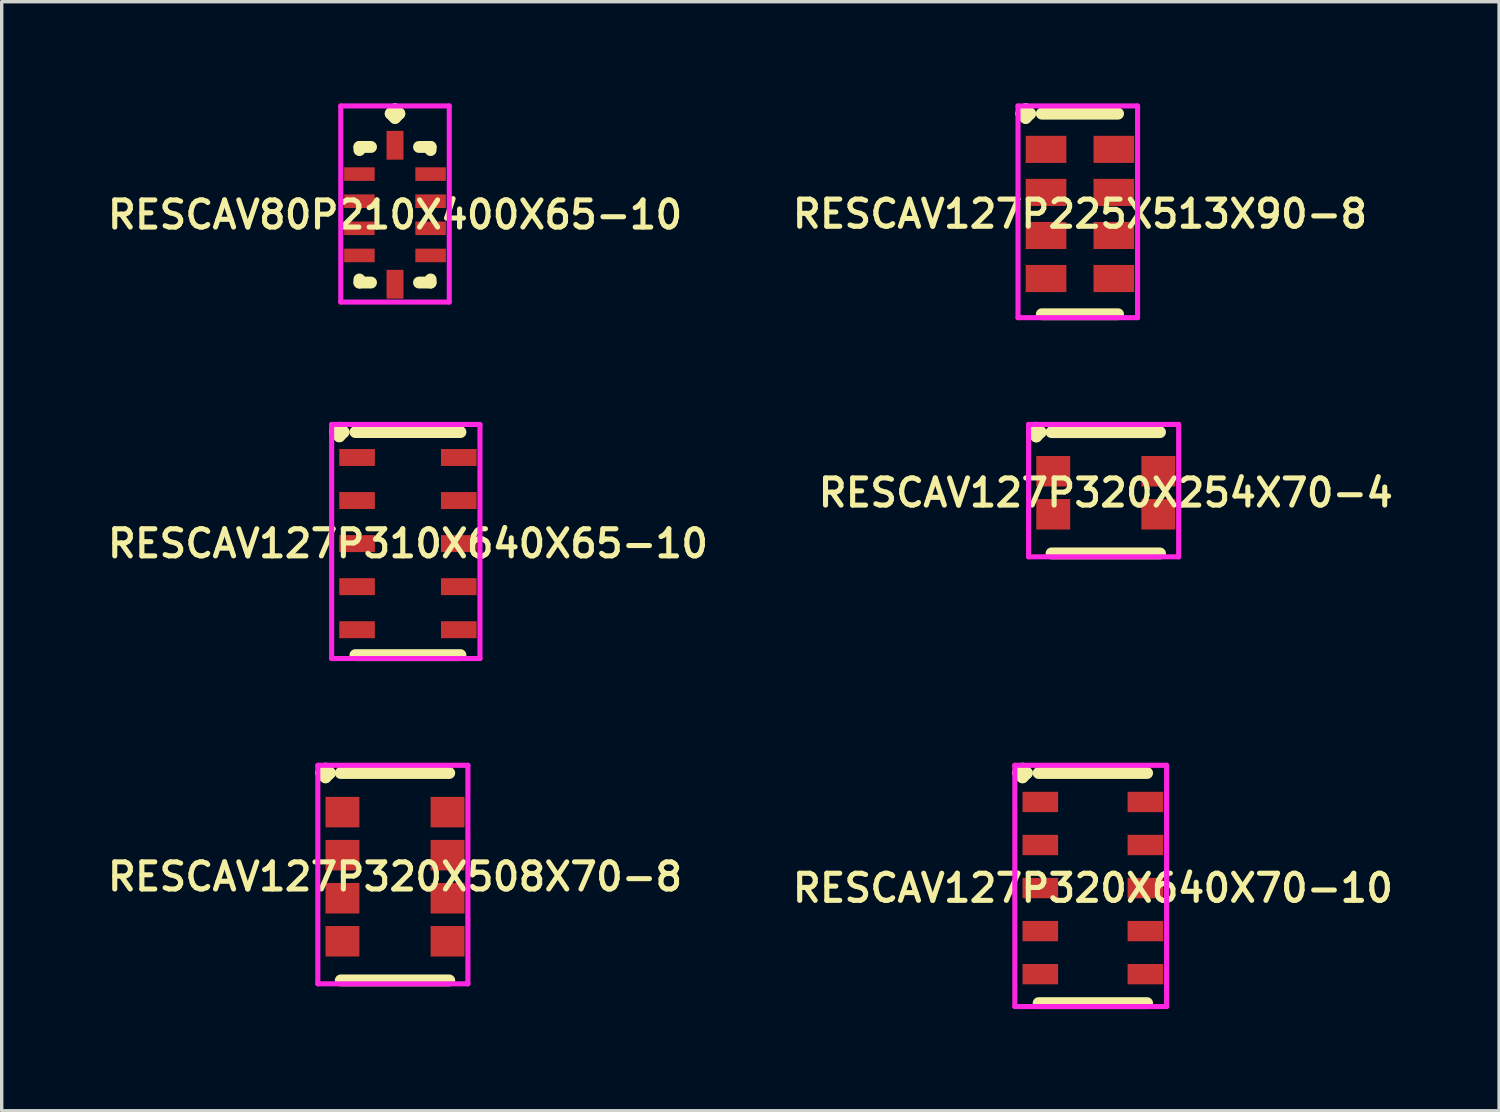
<source format=kicad_pcb>
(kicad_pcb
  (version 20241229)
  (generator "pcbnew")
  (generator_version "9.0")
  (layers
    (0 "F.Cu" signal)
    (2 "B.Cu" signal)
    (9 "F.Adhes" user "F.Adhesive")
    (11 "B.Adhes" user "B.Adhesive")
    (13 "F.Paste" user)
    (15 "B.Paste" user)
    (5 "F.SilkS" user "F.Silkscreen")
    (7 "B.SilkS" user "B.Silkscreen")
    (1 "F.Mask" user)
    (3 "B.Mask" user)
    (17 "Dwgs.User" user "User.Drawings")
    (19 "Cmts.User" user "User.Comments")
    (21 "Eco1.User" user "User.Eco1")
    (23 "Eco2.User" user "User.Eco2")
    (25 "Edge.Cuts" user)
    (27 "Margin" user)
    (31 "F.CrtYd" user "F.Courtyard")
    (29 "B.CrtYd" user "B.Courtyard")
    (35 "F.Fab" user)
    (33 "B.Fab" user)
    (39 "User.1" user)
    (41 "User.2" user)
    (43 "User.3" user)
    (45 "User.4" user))
  (footprint "RESCAV80P210X400X65-10"
    (layer "F.Cu")
    (at 8.602 3.285)
    (property "Reference" "RESCAV80P210X400X65-10" (at 0 0 0) (layer "F.SilkS") (effects (font (size 0.8 0.8) (thickness 0.15))))
    (attr smd)
    (fp_line (start -1.05 -2) (end -0.708 -2) (stroke (width 0.35) (type solid)) (layer "F.SilkS"))
    (fp_line (start -1.05 -1.908) (end -1.05 -2) (stroke (width 0.35) (type solid)) (layer "F.SilkS"))
    (fp_line (start -1.05 1.908) (end -1.05 2) (stroke (width 0.35) (type solid)) (layer "F.SilkS"))
    (fp_line (start -1.05 2) (end -0.708 2) (stroke (width 0.35) (type solid)) (layer "F.SilkS"))
    (fp_line (start -0.127 -2.983) (end 0 -3.11) (stroke (width 0.35) (type solid)) (layer "F.SilkS"))
    (fp_line (start 0 -3.11) (end 0.127 -2.983) (stroke (width 0.35) (type solid)) (layer "F.SilkS"))
    (fp_line (start 0 -2.856) (end -0.127 -2.983) (stroke (width 0.35) (type solid)) (layer "F.SilkS"))
    (fp_line (start 0.127 -2.983) (end 0 -2.856) (stroke (width 0.35) (type solid)) (layer "F.SilkS"))
    (fp_line (start 1.05 -2) (end 0.708 -2) (stroke (width 0.35) (type solid)) (layer "F.SilkS"))
    (fp_line (start 1.05 -1.908) (end 1.05 -2) (stroke (width 0.35) (type solid)) (layer "F.SilkS"))
    (fp_line (start 1.05 1.908) (end 1.05 2) (stroke (width 0.35) (type solid)) (layer "F.SilkS"))
    (fp_line (start 1.05 2) (end 0.708 2) (stroke (width 0.35) (type solid)) (layer "F.SilkS"))
    (fp_line (start -1.6 -3.21) (end 1.6 -3.21) (stroke (width 0.15) (type solid)) (layer "F.CrtYd"))
    (fp_line (start -1.6 2.575) (end -1.6 -3.21) (stroke (width 0.15) (type solid)) (layer "F.CrtYd"))
    (fp_line (start 1.6 -3.21) (end 1.6 2.575) (stroke (width 0.15) (type solid)) (layer "F.CrtYd"))
    (fp_line (start 1.6 2.575) (end -1.6 2.575) (stroke (width 0.15) (type solid)) (layer "F.CrtYd"))
    (pad "1" smd rect (at 0 -2.05) (size 0.5 0.85) (layers "F.Cu" "F.Mask" "F.Paste"))
    (pad "2" smd rect (at -1.05 -1.2) (size 0.9 0.4) (layers "F.Cu" "F.Mask" "F.Paste"))
    (pad "3" smd rect (at -1.05 -0.4) (size 0.9 0.4) (layers "F.Cu" "F.Mask" "F.Paste"))
    (pad "4" smd rect (at -1.05 0.4) (size 0.9 0.4) (layers "F.Cu" "F.Mask" "F.Paste"))
    (pad "5" smd rect (at -1.05 1.2) (size 0.9 0.4) (layers "F.Cu" "F.Mask" "F.Paste"))
    (pad "6" smd rect (at 0 2.05) (size 0.5 0.85) (layers "F.Cu" "F.Mask" "F.Paste"))
    (pad "7" smd rect (at 1.05 1.2) (size 0.9 0.4) (layers "F.Cu" "F.Mask" "F.Paste"))
    (pad "8" smd rect (at 1.05 0.4) (size 0.9 0.4) (layers "F.Cu" "F.Mask" "F.Paste"))
    (pad "9" smd rect (at 1.05 -0.4) (size 0.9 0.4) (layers "F.Cu" "F.Mask" "F.Paste"))
    (pad "10" smd rect (at 1.05 -1.2) (size 0.9 0.4) (layers "F.Cu" "F.Mask" "F.Paste")))
  (footprint "RESCAV127P225X513X90-8"
    (layer "F.Cu")
    (at 28.806 3.261)
    (property "Reference" "RESCAV127P225X513X90-8" (at 0 0 0) (layer "F.SilkS") (effects (font (size 0.8 0.8) (thickness 0.15))))
    (attr smd)
    (fp_line (start -1.727 -2.959) (end -1.6 -3.086) (stroke (width 0.35) (type solid)) (layer "F.SilkS"))
    (fp_line (start -1.6 -3.086) (end -1.473 -2.959) (stroke (width 0.35) (type solid)) (layer "F.SilkS"))
    (fp_line (start -1.6 -2.832) (end -1.727 -2.959) (stroke (width 0.35) (type solid)) (layer "F.SilkS"))
    (fp_line (start -1.473 -2.959) (end -1.6 -2.832) (stroke (width 0.35) (type solid)) (layer "F.SilkS"))
    (fp_line (start -1.125 -2.959) (end 1.125 -2.959) (stroke (width 0.35) (type solid)) (layer "F.SilkS"))
    (fp_line (start -1.125 2.959) (end 1.125 2.959) (stroke (width 0.35) (type solid)) (layer "F.SilkS"))
    (fp_line (start -1.827 -3.186) (end 1.7 -3.186) (stroke (width 0.15) (type solid)) (layer "F.CrtYd"))
    (fp_line (start -1.827 3.059) (end -1.827 -3.186) (stroke (width 0.15) (type solid)) (layer "F.CrtYd"))
    (fp_line (start 1.7 -3.186) (end 1.7 3.059) (stroke (width 0.15) (type solid)) (layer "F.CrtYd"))
    (fp_line (start 1.7 3.059) (end -1.827 3.059) (stroke (width 0.15) (type solid)) (layer "F.CrtYd"))
    (pad "1" smd rect (at -1 -1.905) (size 1.2 0.8) (layers "F.Cu" "F.Mask" "F.Paste"))
    (pad "2" smd rect (at -1 -0.635) (size 1.2 0.8) (layers "F.Cu" "F.Mask" "F.Paste"))
    (pad "3" smd rect (at -1 0.635) (size 1.2 0.8) (layers "F.Cu" "F.Mask" "F.Paste"))
    (pad "4" smd rect (at -1 1.905) (size 1.2 0.8) (layers "F.Cu" "F.Mask" "F.Paste"))
    (pad "5" smd rect (at 1 1.905) (size 1.2 0.8) (layers "F.Cu" "F.Mask" "F.Paste"))
    (pad "6" smd rect (at 1 0.635) (size 1.2 0.8) (layers "F.Cu" "F.Mask" "F.Paste"))
    (pad "7" smd rect (at 1 -0.635) (size 1.2 0.8) (layers "F.Cu" "F.Mask" "F.Paste"))
    (pad "8" smd rect (at 1 -1.905) (size 1.2 0.8) (layers "F.Cu" "F.Mask" "F.Paste")))
  (footprint "RESCAV127P320X640X70-10"
    (layer "F.Cu")
    (at 29.187 23.146)
    (property "Reference" "RESCAV127P320X640X70-10" (at 0 0 0) (layer "F.SilkS") (effects (font (size 0.8 0.8) (thickness 0.15))))
    (attr smd)
    (fp_line (start -2.202 -3.394) (end -2.075 -3.521) (stroke (width 0.35) (type solid)) (layer "F.SilkS"))
    (fp_line (start -2.075 -3.521) (end -1.948 -3.394) (stroke (width 0.35) (type solid)) (layer "F.SilkS"))
    (fp_line (start -2.075 -3.267) (end -2.202 -3.394) (stroke (width 0.35) (type solid)) (layer "F.SilkS"))
    (fp_line (start -1.948 -3.394) (end -2.075 -3.267) (stroke (width 0.35) (type solid)) (layer "F.SilkS"))
    (fp_line (start -1.6 -3.394) (end 1.6 -3.394) (stroke (width 0.35) (type solid)) (layer "F.SilkS"))
    (fp_line (start -1.6 3.394) (end 1.6 3.394) (stroke (width 0.35) (type solid)) (layer "F.SilkS"))
    (fp_line (start -2.302 -3.621) (end 2.175 -3.621) (stroke (width 0.15) (type solid)) (layer "F.CrtYd"))
    (fp_line (start -2.302 3.494) (end -2.302 -3.621) (stroke (width 0.15) (type solid)) (layer "F.CrtYd"))
    (fp_line (start 2.175 -3.621) (end 2.175 3.494) (stroke (width 0.15) (type solid)) (layer "F.CrtYd"))
    (fp_line (start 2.175 3.494) (end -2.302 3.494) (stroke (width 0.15) (type solid)) (layer "F.CrtYd"))
    (pad "1" smd rect (at -1.55 -2.54) (size 1.05 0.6) (layers "F.Cu" "F.Mask" "F.Paste"))
    (pad "2" smd rect (at -1.55 -1.27) (size 1.05 0.6) (layers "F.Cu" "F.Mask" "F.Paste"))
    (pad "3" smd rect (at -1.55 0) (size 1.05 0.6) (layers "F.Cu" "F.Mask" "F.Paste"))
    (pad "4" smd rect (at -1.55 1.27) (size 1.05 0.6) (layers "F.Cu" "F.Mask" "F.Paste"))
    (pad "5" smd rect (at -1.55 2.54) (size 1.05 0.6) (layers "F.Cu" "F.Mask" "F.Paste"))
    (pad "6" smd rect (at 1.55 2.54) (size 1.05 0.6) (layers "F.Cu" "F.Mask" "F.Paste"))
    (pad "7" smd rect (at 1.55 1.27) (size 1.05 0.6) (layers "F.Cu" "F.Mask" "F.Paste"))
    (pad "8" smd rect (at 1.55 0) (size 1.05 0.6) (layers "F.Cu" "F.Mask" "F.Paste"))
    (pad "9" smd rect (at 1.55 -1.27) (size 1.05 0.6) (layers "F.Cu" "F.Mask" "F.Paste"))
    (pad "10" smd rect (at 1.55 -2.54) (size 1.05 0.6) (layers "F.Cu" "F.Mask" "F.Paste")))
  (footprint "RESCAV127P320X508X70-8"
    (layer "F.Cu")
    (at 8.602 22.811)
    (property "Reference" "RESCAV127P320X508X70-8" (at 0 0 0) (layer "F.SilkS") (effects (font (size 0.8 0.8) (thickness 0.15))))
    (attr smd)
    (fp_line (start -2.177 -3.059) (end -2.05 -3.186) (stroke (width 0.35) (type solid)) (layer "F.SilkS"))
    (fp_line (start -2.05 -3.186) (end -1.923 -3.059) (stroke (width 0.35) (type solid)) (layer "F.SilkS"))
    (fp_line (start -2.05 -2.932) (end -2.177 -3.059) (stroke (width 0.35) (type solid)) (layer "F.SilkS"))
    (fp_line (start -1.923 -3.059) (end -2.05 -2.932) (stroke (width 0.35) (type solid)) (layer "F.SilkS"))
    (fp_line (start -1.6 -3.059) (end 1.6 -3.059) (stroke (width 0.35) (type solid)) (layer "F.SilkS"))
    (fp_line (start -1.6 3.059) (end 1.6 3.059) (stroke (width 0.35) (type solid)) (layer "F.SilkS"))
    (fp_line (start -2.277 -3.286) (end 2.15 -3.286) (stroke (width 0.15) (type solid)) (layer "F.CrtYd"))
    (fp_line (start -2.277 3.159) (end -2.277 -3.286) (stroke (width 0.15) (type solid)) (layer "F.CrtYd"))
    (fp_line (start 2.15 -3.286) (end 2.15 3.159) (stroke (width 0.15) (type solid)) (layer "F.CrtYd"))
    (fp_line (start 2.15 3.159) (end -2.277 3.159) (stroke (width 0.15) (type solid)) (layer "F.CrtYd"))
    (pad "1" smd rect (at -1.55 -1.905) (size 1 0.9) (layers "F.Cu" "F.Mask" "F.Paste"))
    (pad "2" smd rect (at -1.55 -0.635) (size 1 0.9) (layers "F.Cu" "F.Mask" "F.Paste"))
    (pad "3" smd rect (at -1.55 0.635) (size 1 0.9) (layers "F.Cu" "F.Mask" "F.Paste"))
    (pad "4" smd rect (at -1.55 1.905) (size 1 0.9) (layers "F.Cu" "F.Mask" "F.Paste"))
    (pad "5" smd rect (at 1.55 1.905) (size 1 0.9) (layers "F.Cu" "F.Mask" "F.Paste"))
    (pad "6" smd rect (at 1.55 0.635) (size 1 0.9) (layers "F.Cu" "F.Mask" "F.Paste"))
    (pad "7" smd rect (at 1.55 -0.635) (size 1 0.9) (layers "F.Cu" "F.Mask" "F.Paste"))
    (pad "8" smd rect (at 1.55 -1.905) (size 1 0.9) (layers "F.Cu" "F.Mask" "F.Paste")))
  (footprint "RESCAV127P320X254X70-4"
    (layer "F.Cu")
    (at 29.568 11.486)
    (property "Reference" "RESCAV127P320X254X70-4" (at 0 0 0) (layer "F.SilkS") (effects (font (size 0.8 0.8) (thickness 0.15))))
    (attr smd)
    (fp_line (start -2.177 -1.789) (end -2.05 -1.916) (stroke (width 0.35) (type solid)) (layer "F.SilkS"))
    (fp_line (start -2.05 -1.916) (end -1.923 -1.789) (stroke (width 0.35) (type solid)) (layer "F.SilkS"))
    (fp_line (start -2.05 -1.662) (end -2.177 -1.789) (stroke (width 0.35) (type solid)) (layer "F.SilkS"))
    (fp_line (start -1.923 -1.789) (end -2.05 -1.662) (stroke (width 0.35) (type solid)) (layer "F.SilkS"))
    (fp_line (start -1.6 -1.789) (end 1.6 -1.789) (stroke (width 0.35) (type solid)) (layer "F.SilkS"))
    (fp_line (start -1.6 1.789) (end 1.6 1.789) (stroke (width 0.35) (type solid)) (layer "F.SilkS"))
    (fp_line (start -2.277 -2.016) (end 2.15 -2.016) (stroke (width 0.15) (type solid)) (layer "F.CrtYd"))
    (fp_line (start -2.277 1.889) (end -2.277 -2.016) (stroke (width 0.15) (type solid)) (layer "F.CrtYd"))
    (fp_line (start 2.15 -2.016) (end 2.15 1.889) (stroke (width 0.15) (type solid)) (layer "F.CrtYd"))
    (fp_line (start 2.15 1.889) (end -2.277 1.889) (stroke (width 0.15) (type solid)) (layer "F.CrtYd"))
    (pad "1" smd rect (at -1.55 -0.635) (size 1 0.9) (layers "F.Cu" "F.Mask" "F.Paste"))
    (pad "2" smd rect (at -1.55 0.635) (size 1 0.9) (layers "F.Cu" "F.Mask" "F.Paste"))
    (pad "3" smd rect (at 1.55 0.635) (size 1 0.9) (layers "F.Cu" "F.Mask" "F.Paste"))
    (pad "4" smd rect (at 1.55 -0.635) (size 1 0.9) (layers "F.Cu" "F.Mask" "F.Paste")))
  (footprint "RESCAV127P310X640X65-10"
    (layer "F.Cu")
    (at 8.983 12.985)
    (property "Reference" "RESCAV127P310X640X65-10" (at 0 0 0) (layer "F.SilkS") (effects (font (size 0.8 0.8) (thickness 0.15))))
    (attr smd)
    (fp_line (start -2.15 -3.29) (end -2.025 -3.415) (stroke (width 0.35) (type solid)) (layer "F.SilkS"))
    (fp_line (start -2.025 -3.415) (end -1.9 -3.29) (stroke (width 0.35) (type solid)) (layer "F.SilkS"))
    (fp_line (start -2.025 -3.165) (end -2.15 -3.29) (stroke (width 0.35) (type solid)) (layer "F.SilkS"))
    (fp_line (start -1.9 -3.29) (end -2.025 -3.165) (stroke (width 0.35) (type solid)) (layer "F.SilkS"))
    (fp_line (start -1.55 -3.29) (end 1.55 -3.29) (stroke (width 0.35) (type solid)) (layer "F.SilkS"))
    (fp_line (start -1.55 3.29) (end 1.55 3.29) (stroke (width 0.35) (type solid)) (layer "F.SilkS"))
    (fp_line (start -2.25 -3.515) (end 2.125 -3.515) (stroke (width 0.15) (type solid)) (layer "F.CrtYd"))
    (fp_line (start -2.25 3.39) (end -2.25 -3.515) (stroke (width 0.15) (type solid)) (layer "F.CrtYd"))
    (fp_line (start 2.125 -3.515) (end 2.125 3.39) (stroke (width 0.15) (type solid)) (layer "F.CrtYd"))
    (fp_line (start 2.125 3.39) (end -2.25 3.39) (stroke (width 0.15) (type solid)) (layer "F.CrtYd"))
    (pad "1" smd rect (at -1.5 -2.54) (size 1.05 0.5) (layers "F.Cu" "F.Mask" "F.Paste"))
    (pad "2" smd rect (at -1.5 -1.27) (size 1.05 0.5) (layers "F.Cu" "F.Mask" "F.Paste"))
    (pad "3" smd rect (at -1.5 0) (size 1.05 0.5) (layers "F.Cu" "F.Mask" "F.Paste"))
    (pad "4" smd rect (at -1.5 1.27) (size 1.05 0.5) (layers "F.Cu" "F.Mask" "F.Paste"))
    (pad "5" smd rect (at -1.5 2.54) (size 1.05 0.5) (layers "F.Cu" "F.Mask" "F.Paste"))
    (pad "6" smd rect (at 1.5 2.54) (size 1.05 0.5) (layers "F.Cu" "F.Mask" "F.Paste"))
    (pad "7" smd rect (at 1.5 1.27) (size 1.05 0.5) (layers "F.Cu" "F.Mask" "F.Paste"))
    (pad "8" smd rect (at 1.5 0) (size 1.05 0.5) (layers "F.Cu" "F.Mask" "F.Paste"))
    (pad "9" smd rect (at 1.5 -1.27) (size 1.05 0.5) (layers "F.Cu" "F.Mask" "F.Paste"))
    (pad "10" smd rect (at 1.5 -2.54) (size 1.05 0.5) (layers "F.Cu" "F.Mask" "F.Paste")))
  (gr_rect
    (start -3 -3)
    (end 41.17 29.715)
    (stroke (width 0.1) (type default))
    (fill no)
    (layer "Edge.Cuts")))
</source>
